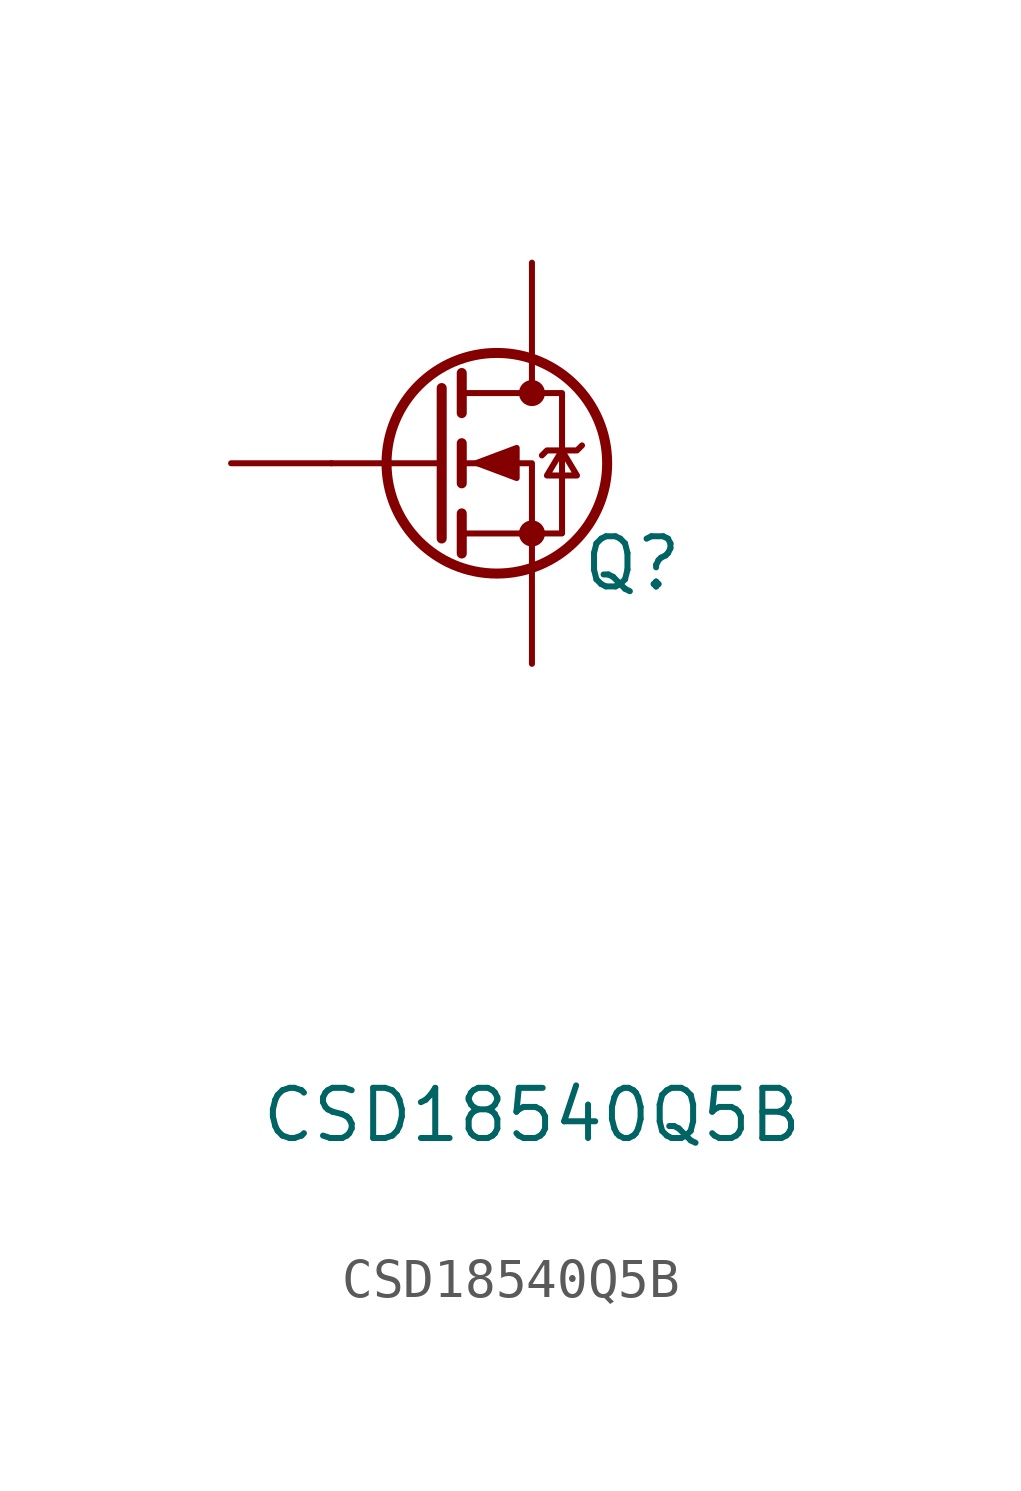
<source format=kicad_sym>
(kicad_symbol_lib
  (version 20211014)
  (generator kicad_symbol_editor)
  (symbol "CSD18540Q5B"
    (pin_numbers hide)
    (pin_names hide)
    (property "Reference" "Q"
      (at 2.54 -2.54 0)
      (effects (font (size 1.27 1.27))))
    (property "Value" "CSD18540Q5B"
      (at 0 -16.51 0)
      (effects (font (size 1.27 1.27))))
    (symbol "CSD18540Q5B_0_1"
      (circle (center -0.889 0) (radius 2.794) (stroke (width 0.254) (type default) (color 0 0 0 0)) (fill (type none)))
      (circle (center 0 -1.778) (radius 0.254) (stroke (width 0) (type default) (color 0 0 0 0)) (fill (type outline)))
      (polyline (pts (xy -2.286 0) (xy -5.08 0)) (stroke (width 0) (type default) (color 0 0 0 0)) (fill (type none)))
      (polyline (pts (xy -2.286 1.905) (xy -2.286 -1.905)) (stroke (width 0.254) (type default) (color 0 0 0 0)) (fill (type none)))
      (polyline (pts (xy -1.778 -1.27) (xy -1.778 -2.286)) (stroke (width 0.254) (type default) (color 0 0 0 0)) (fill (type none)))
      (polyline (pts (xy -1.778 0.508) (xy -1.778 -0.508)) (stroke (width 0.254) (type default) (color 0 0 0 0)) (fill (type none)))
      (polyline (pts (xy -1.778 2.286) (xy -1.778 1.27)) (stroke (width 0.254) (type default) (color 0 0 0 0)) (fill (type none)))
      (polyline (pts (xy 0 2.54) (xy 0 1.778)) (stroke (width 0) (type default) (color 0 0 0 0)) (fill (type none)))
      (polyline (pts (xy 0 -2.54) (xy 0 0) (xy -1.778 0)) (stroke (width 0) (type default) (color 0 0 0 0)) (fill (type none)))
      (polyline (pts (xy -1.778 1.778) (xy 0.762 1.778) (xy 0.762 -1.778) (xy -1.778 -1.778)) (stroke (width 0) (type default) (color 0 0 0 0)) (fill (type none)))
      (polyline (pts (xy -1.403 0.007) (xy -0.387 0.388) (xy -0.387 -0.374) (xy -1.403 0.007)) (stroke (width 0) (type default) (color 0 0 0 0)) (fill (type outline)))
      (polyline (pts (xy 0.76 0.325) (xy 1.141 -0.31) (xy 0.379 -0.31) (xy 0.76 0.325)) (stroke (width 0) (type default) (color 0 0 0 0)) (fill (type none)))
      (polyline (pts (xy 1.268 0.452) (xy 1.141 0.325) (xy 0.379 0.325) (xy 0.252 0.198)) (stroke (width 0) (type default) (color 0 0 0 0)) (fill (type none)))
      (circle (center 0 1.778) (radius 0.254) (stroke (width 0) (type default) (color 0 0 0 0)) (fill (type outline))))
    (symbol "CSD18540Q5B_1_1"
      (pin passive line (at 0 -5.08 90) (length 2.54) (name "S" (effects (font (size 1.27 1.27)))) (number "1" (effects (font (size 1.27 1.27)))))
      (pin input line (at -7.62 0 0) (length 2.54) (name "G" (effects (font (size 1.27 1.27)))) (number "2" (effects (font (size 1.27 1.27)))))
      (pin passive line (at 0 5.08 270) (length 2.54) (name "D" (effects (font (size 1.27 1.27)))) (number "3" (effects (font (size 1.27 1.27))))))))
</source>
